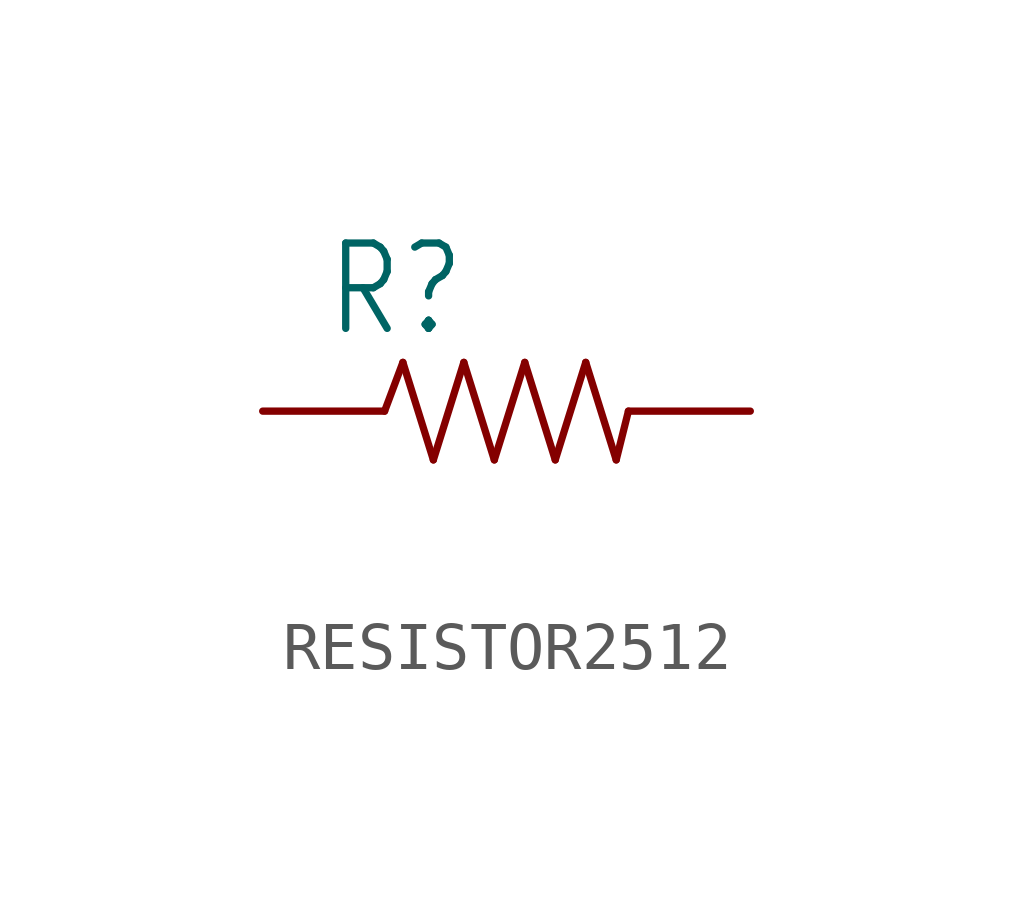
<source format=kicad_sym>
(kicad_symbol_lib
  (version 20220914)
  (generator kicad_symbol_editor)
  (symbol "RESISTOR2512"
    (property "Reference" "R"
      (at -3.81 1.499 0)
      (effects (font (size 1.778 1.511)) (justify left bottom)))
    (property "Value" ""
      (at -3.81 -3.302 0)
      (effects (font (size 1.778 1.511)) (justify left bottom)))
    (property "ki_locked" ""
      (at 0 0 0)
      (effects (font (size 1.27 1.27))))
    (symbol "RESISTOR2512_1_0"
      (polyline (pts (xy -2.54 0) (xy -2.159 1.016)) (stroke (width 0.152) (type solid)) (fill (type none)))
      (polyline (pts (xy -2.159 1.016) (xy -1.524 -1.016)) (stroke (width 0.152) (type solid)) (fill (type none)))
      (polyline (pts (xy -1.524 -1.016) (xy -0.889 1.016)) (stroke (width 0.152) (type solid)) (fill (type none)))
      (polyline (pts (xy -0.889 1.016) (xy -0.254 -1.016)) (stroke (width 0.152) (type solid)) (fill (type none)))
      (polyline (pts (xy -0.254 -1.016) (xy 0.381 1.016)) (stroke (width 0.152) (type solid)) (fill (type none)))
      (polyline (pts (xy 0.381 1.016) (xy 1.016 -1.016)) (stroke (width 0.152) (type solid)) (fill (type none)))
      (polyline (pts (xy 1.016 -1.016) (xy 1.651 1.016)) (stroke (width 0.152) (type solid)) (fill (type none)))
      (polyline (pts (xy 1.651 1.016) (xy 2.286 -1.016)) (stroke (width 0.152) (type solid)) (fill (type none)))
      (polyline (pts (xy 2.286 -1.016) (xy 2.54 0)) (stroke (width 0.152) (type solid)) (fill (type none)))
      (pin passive line (at -5.08 0 0) (length 2.54) (name "1" (effects (font (size 0 0)))) (number "1" (effects (font (size 0 0)))))
      (pin passive line (at 5.08 0 180) (length 2.54) (name "2" (effects (font (size 0 0)))) (number "2" (effects (font (size 0 0))))))))
</source>
